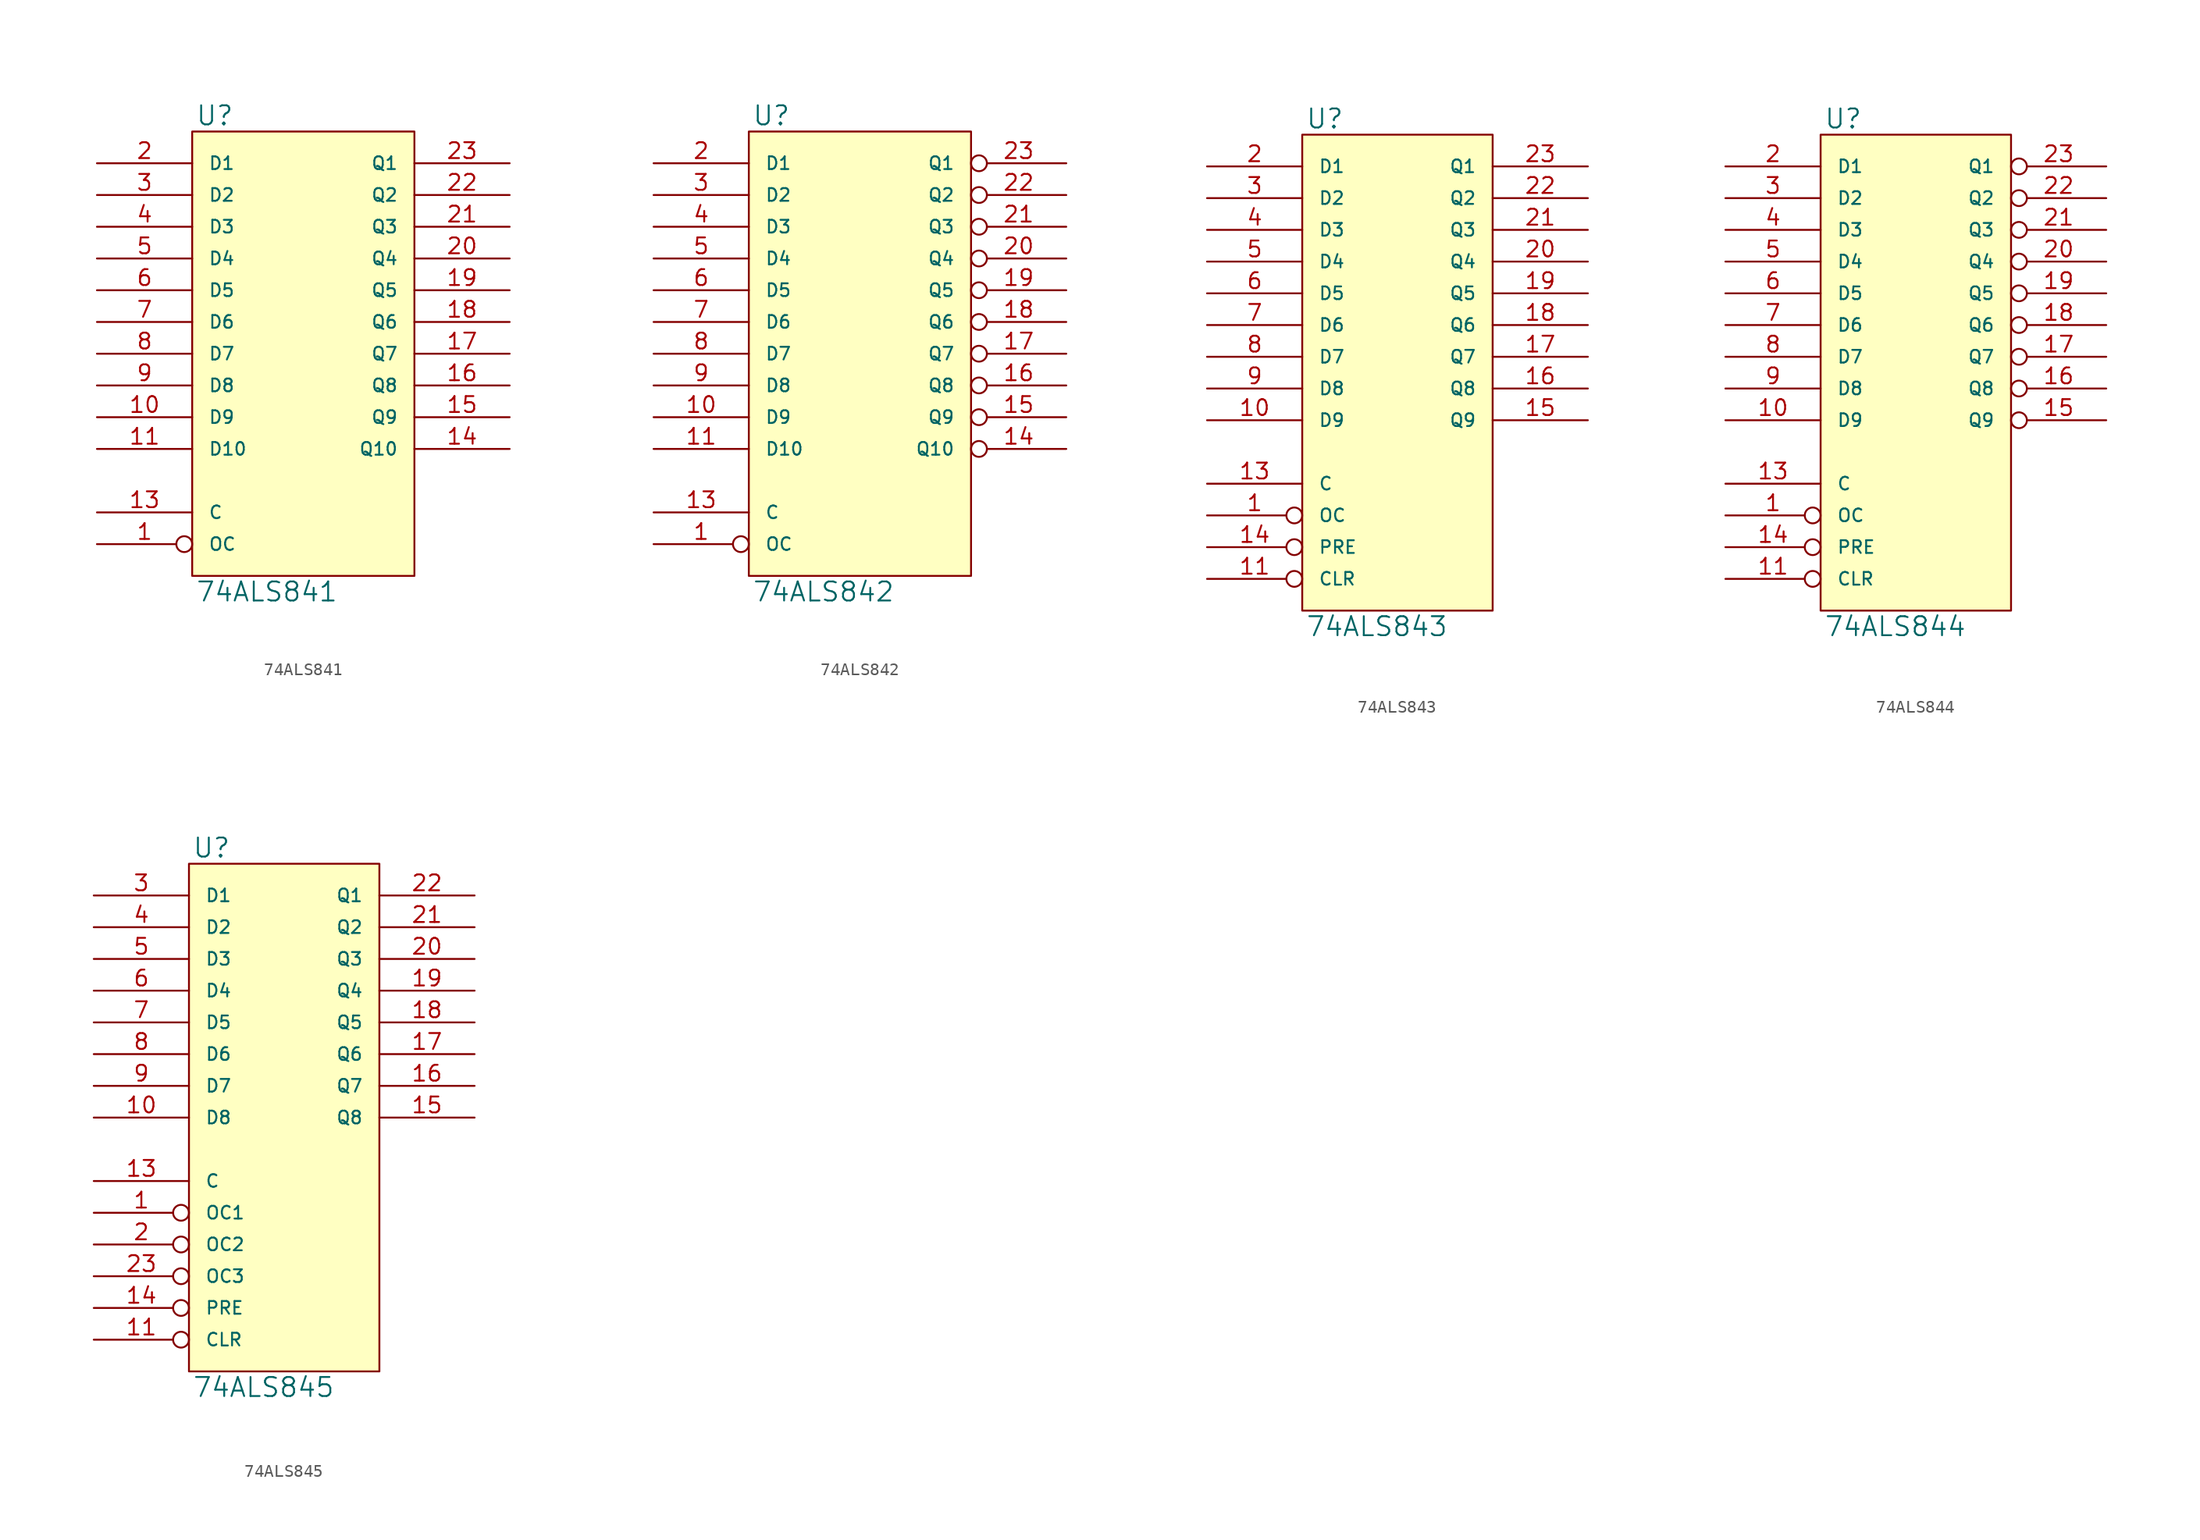
<source format=kicad_sym>
(kicad_symbol_lib
  (version 20231120)
  (generator "kicad_symbol_editor")
  (generator_version "8.0")
  (symbol "74ALS841"
    (pin_names
      (offset 1.27))
    (property "Reference" "U"
      (at 0.254 0.381 0)
      (effects (font (size 1.524 1.524)) (justify left bottom)))
    (property "Value" "74ALS841"
      (at 0.254 -35.941 0)
      (effects (font (size 1.524 1.524)) (justify left top)))
    (symbol "74ALS841_0_1"
      (rectangle (start 0 0) (end 17.78 -35.56) (stroke (width 0) (type solid)) (fill (type background))))
    (symbol "74ALS841_1_1"
      (pin input inverted (at -7.62 -33.02 0) (length 7.62) (name "OC" (effects (font (size 1.016 1.016)))) (number "1" (effects (font (size 1.27 1.27)))))
      (pin input line (at -7.62 -22.86 0) (length 7.62) (name "D9" (effects (font (size 1.016 1.016)))) (number "10" (effects (font (size 1.27 1.27)))))
      (pin input line (at -7.62 -25.4 0) (length 7.62) (name "D10" (effects (font (size 1.016 1.016)))) (number "11" (effects (font (size 1.27 1.27)))))
      (pin power_in line (at 0 -35.56 90) (length 0) hide (name "GND" (effects (font (size 1.016 1.016)))) (number "12" (effects (font (size 1.27 1.27)))))
      (pin input line (at -7.62 -30.48 0) (length 7.62) (name "C" (effects (font (size 1.016 1.016)))) (number "13" (effects (font (size 1.27 1.27)))))
      (pin tri_state line (at 25.4 -25.4 180) (length 7.62) (name "Q10" (effects (font (size 1.016 1.016)))) (number "14" (effects (font (size 1.27 1.27)))))
      (pin tri_state line (at 25.4 -22.86 180) (length 7.62) (name "Q9" (effects (font (size 1.016 1.016)))) (number "15" (effects (font (size 1.27 1.27)))))
      (pin tri_state line (at 25.4 -20.32 180) (length 7.62) (name "Q8" (effects (font (size 1.016 1.016)))) (number "16" (effects (font (size 1.27 1.27)))))
      (pin tri_state line (at 25.4 -17.78 180) (length 7.62) (name "Q7" (effects (font (size 1.016 1.016)))) (number "17" (effects (font (size 1.27 1.27)))))
      (pin tri_state line (at 25.4 -15.24 180) (length 7.62) (name "Q6" (effects (font (size 1.016 1.016)))) (number "18" (effects (font (size 1.27 1.27)))))
      (pin tri_state line (at 25.4 -12.7 180) (length 7.62) (name "Q5" (effects (font (size 1.016 1.016)))) (number "19" (effects (font (size 1.27 1.27)))))
      (pin input line (at -7.62 -2.54 0) (length 7.62) (name "D1" (effects (font (size 1.016 1.016)))) (number "2" (effects (font (size 1.27 1.27)))))
      (pin tri_state line (at 25.4 -10.16 180) (length 7.62) (name "Q4" (effects (font (size 1.016 1.016)))) (number "20" (effects (font (size 1.27 1.27)))))
      (pin tri_state line (at 25.4 -7.62 180) (length 7.62) (name "Q3" (effects (font (size 1.016 1.016)))) (number "21" (effects (font (size 1.27 1.27)))))
      (pin tri_state line (at 25.4 -5.08 180) (length 7.62) (name "Q2" (effects (font (size 1.016 1.016)))) (number "22" (effects (font (size 1.27 1.27)))))
      (pin tri_state line (at 25.4 -2.54 180) (length 7.62) (name "Q1" (effects (font (size 1.016 1.016)))) (number "23" (effects (font (size 1.27 1.27)))))
      (pin power_in line (at 0 0 270) (length 0) hide (name "VCC" (effects (font (size 1.016 1.016)))) (number "24" (effects (font (size 1.27 1.27)))))
      (pin input line (at -7.62 -5.08 0) (length 7.62) (name "D2" (effects (font (size 1.016 1.016)))) (number "3" (effects (font (size 1.27 1.27)))))
      (pin input line (at -7.62 -7.62 0) (length 7.62) (name "D3" (effects (font (size 1.016 1.016)))) (number "4" (effects (font (size 1.27 1.27)))))
      (pin input line (at -7.62 -10.16 0) (length 7.62) (name "D4" (effects (font (size 1.016 1.016)))) (number "5" (effects (font (size 1.27 1.27)))))
      (pin input line (at -7.62 -12.7 0) (length 7.62) (name "D5" (effects (font (size 1.016 1.016)))) (number "6" (effects (font (size 1.27 1.27)))))
      (pin input line (at -7.62 -15.24 0) (length 7.62) (name "D6" (effects (font (size 1.016 1.016)))) (number "7" (effects (font (size 1.27 1.27)))))
      (pin input line (at -7.62 -17.78 0) (length 7.62) (name "D7" (effects (font (size 1.016 1.016)))) (number "8" (effects (font (size 1.27 1.27)))))
      (pin input line (at -7.62 -20.32 0) (length 7.62) (name "D8" (effects (font (size 1.016 1.016)))) (number "9" (effects (font (size 1.27 1.27)))))))
  (symbol "74ALS842"
    (pin_names
      (offset 1.27))
    (property "Reference" "U"
      (at 0.254 0.381 0)
      (effects (font (size 1.524 1.524)) (justify left bottom)))
    (property "Value" "74ALS842"
      (at 0.254 -35.941 0)
      (effects (font (size 1.524 1.524)) (justify left top)))
    (symbol "74ALS842_0_1"
      (rectangle (start 0 0) (end 17.78 -35.56) (stroke (width 0) (type solid)) (fill (type background))))
    (symbol "74ALS842_1_1"
      (pin input inverted (at -7.62 -33.02 0) (length 7.62) (name "OC" (effects (font (size 1.016 1.016)))) (number "1" (effects (font (size 1.27 1.27)))))
      (pin input line (at -7.62 -22.86 0) (length 7.62) (name "D9" (effects (font (size 1.016 1.016)))) (number "10" (effects (font (size 1.27 1.27)))))
      (pin input line (at -7.62 -25.4 0) (length 7.62) (name "D10" (effects (font (size 1.016 1.016)))) (number "11" (effects (font (size 1.27 1.27)))))
      (pin power_in line (at 0 -35.56 90) (length 0) hide (name "GND" (effects (font (size 1.016 1.016)))) (number "12" (effects (font (size 1.27 1.27)))))
      (pin input line (at -7.62 -30.48 0) (length 7.62) (name "C" (effects (font (size 1.016 1.016)))) (number "13" (effects (font (size 1.27 1.27)))))
      (pin tri_state inverted (at 25.4 -25.4 180) (length 7.62) (name "Q10" (effects (font (size 1.016 1.016)))) (number "14" (effects (font (size 1.27 1.27)))))
      (pin tri_state inverted (at 25.4 -22.86 180) (length 7.62) (name "Q9" (effects (font (size 1.016 1.016)))) (number "15" (effects (font (size 1.27 1.27)))))
      (pin tri_state inverted (at 25.4 -20.32 180) (length 7.62) (name "Q8" (effects (font (size 1.016 1.016)))) (number "16" (effects (font (size 1.27 1.27)))))
      (pin tri_state inverted (at 25.4 -17.78 180) (length 7.62) (name "Q7" (effects (font (size 1.016 1.016)))) (number "17" (effects (font (size 1.27 1.27)))))
      (pin tri_state inverted (at 25.4 -15.24 180) (length 7.62) (name "Q6" (effects (font (size 1.016 1.016)))) (number "18" (effects (font (size 1.27 1.27)))))
      (pin tri_state inverted (at 25.4 -12.7 180) (length 7.62) (name "Q5" (effects (font (size 1.016 1.016)))) (number "19" (effects (font (size 1.27 1.27)))))
      (pin input line (at -7.62 -2.54 0) (length 7.62) (name "D1" (effects (font (size 1.016 1.016)))) (number "2" (effects (font (size 1.27 1.27)))))
      (pin tri_state inverted (at 25.4 -10.16 180) (length 7.62) (name "Q4" (effects (font (size 1.016 1.016)))) (number "20" (effects (font (size 1.27 1.27)))))
      (pin tri_state inverted (at 25.4 -7.62 180) (length 7.62) (name "Q3" (effects (font (size 1.016 1.016)))) (number "21" (effects (font (size 1.27 1.27)))))
      (pin tri_state inverted (at 25.4 -5.08 180) (length 7.62) (name "Q2" (effects (font (size 1.016 1.016)))) (number "22" (effects (font (size 1.27 1.27)))))
      (pin tri_state inverted (at 25.4 -2.54 180) (length 7.62) (name "Q1" (effects (font (size 1.016 1.016)))) (number "23" (effects (font (size 1.27 1.27)))))
      (pin power_in line (at 0 0 270) (length 0) hide (name "VCC" (effects (font (size 1.016 1.016)))) (number "24" (effects (font (size 1.27 1.27)))))
      (pin input line (at -7.62 -5.08 0) (length 7.62) (name "D2" (effects (font (size 1.016 1.016)))) (number "3" (effects (font (size 1.27 1.27)))))
      (pin input line (at -7.62 -7.62 0) (length 7.62) (name "D3" (effects (font (size 1.016 1.016)))) (number "4" (effects (font (size 1.27 1.27)))))
      (pin input line (at -7.62 -10.16 0) (length 7.62) (name "D4" (effects (font (size 1.016 1.016)))) (number "5" (effects (font (size 1.27 1.27)))))
      (pin input line (at -7.62 -12.7 0) (length 7.62) (name "D5" (effects (font (size 1.016 1.016)))) (number "6" (effects (font (size 1.27 1.27)))))
      (pin input line (at -7.62 -15.24 0) (length 7.62) (name "D6" (effects (font (size 1.016 1.016)))) (number "7" (effects (font (size 1.27 1.27)))))
      (pin input line (at -7.62 -17.78 0) (length 7.62) (name "D7" (effects (font (size 1.016 1.016)))) (number "8" (effects (font (size 1.27 1.27)))))
      (pin input line (at -7.62 -20.32 0) (length 7.62) (name "D8" (effects (font (size 1.016 1.016)))) (number "9" (effects (font (size 1.27 1.27)))))))
  (symbol "74ALS843"
    (pin_names
      (offset 1.27))
    (property "Reference" "U"
      (at 0.254 0.381 0)
      (effects (font (size 1.524 1.524)) (justify left bottom)))
    (property "Value" "74ALS843"
      (at 0.254 -38.481 0)
      (effects (font (size 1.524 1.524)) (justify left top)))
    (symbol "74ALS843_0_1"
      (rectangle (start 0 0) (end 15.24 -38.1) (stroke (width 0) (type solid)) (fill (type background))))
    (symbol "74ALS843_1_1"
      (pin input inverted (at -7.62 -30.48 0) (length 7.62) (name "OC" (effects (font (size 1.016 1.016)))) (number "1" (effects (font (size 1.27 1.27)))))
      (pin input line (at -7.62 -22.86 0) (length 7.62) (name "D9" (effects (font (size 1.016 1.016)))) (number "10" (effects (font (size 1.27 1.27)))))
      (pin input inverted (at -7.62 -35.56 0) (length 7.62) (name "CLR" (effects (font (size 1.016 1.016)))) (number "11" (effects (font (size 1.27 1.27)))))
      (pin power_in line (at 0 -38.1 90) (length 0) hide (name "GND" (effects (font (size 1.016 1.016)))) (number "12" (effects (font (size 1.27 1.27)))))
      (pin input line (at -7.62 -27.94 0) (length 7.62) (name "C" (effects (font (size 1.016 1.016)))) (number "13" (effects (font (size 1.27 1.27)))))
      (pin input inverted (at -7.62 -33.02 0) (length 7.62) (name "PRE" (effects (font (size 1.016 1.016)))) (number "14" (effects (font (size 1.27 1.27)))))
      (pin tri_state line (at 22.86 -22.86 180) (length 7.62) (name "Q9" (effects (font (size 1.016 1.016)))) (number "15" (effects (font (size 1.27 1.27)))))
      (pin tri_state line (at 22.86 -20.32 180) (length 7.62) (name "Q8" (effects (font (size 1.016 1.016)))) (number "16" (effects (font (size 1.27 1.27)))))
      (pin tri_state line (at 22.86 -17.78 180) (length 7.62) (name "Q7" (effects (font (size 1.016 1.016)))) (number "17" (effects (font (size 1.27 1.27)))))
      (pin tri_state line (at 22.86 -15.24 180) (length 7.62) (name "Q6" (effects (font (size 1.016 1.016)))) (number "18" (effects (font (size 1.27 1.27)))))
      (pin tri_state line (at 22.86 -12.7 180) (length 7.62) (name "Q5" (effects (font (size 1.016 1.016)))) (number "19" (effects (font (size 1.27 1.27)))))
      (pin input line (at -7.62 -2.54 0) (length 7.62) (name "D1" (effects (font (size 1.016 1.016)))) (number "2" (effects (font (size 1.27 1.27)))))
      (pin tri_state line (at 22.86 -10.16 180) (length 7.62) (name "Q4" (effects (font (size 1.016 1.016)))) (number "20" (effects (font (size 1.27 1.27)))))
      (pin tri_state line (at 22.86 -7.62 180) (length 7.62) (name "Q3" (effects (font (size 1.016 1.016)))) (number "21" (effects (font (size 1.27 1.27)))))
      (pin tri_state line (at 22.86 -5.08 180) (length 7.62) (name "Q2" (effects (font (size 1.016 1.016)))) (number "22" (effects (font (size 1.27 1.27)))))
      (pin tri_state line (at 22.86 -2.54 180) (length 7.62) (name "Q1" (effects (font (size 1.016 1.016)))) (number "23" (effects (font (size 1.27 1.27)))))
      (pin power_in line (at 0 0 270) (length 0) hide (name "VCC" (effects (font (size 1.016 1.016)))) (number "24" (effects (font (size 1.27 1.27)))))
      (pin input line (at -7.62 -5.08 0) (length 7.62) (name "D2" (effects (font (size 1.016 1.016)))) (number "3" (effects (font (size 1.27 1.27)))))
      (pin input line (at -7.62 -7.62 0) (length 7.62) (name "D3" (effects (font (size 1.016 1.016)))) (number "4" (effects (font (size 1.27 1.27)))))
      (pin input line (at -7.62 -10.16 0) (length 7.62) (name "D4" (effects (font (size 1.016 1.016)))) (number "5" (effects (font (size 1.27 1.27)))))
      (pin input line (at -7.62 -12.7 0) (length 7.62) (name "D5" (effects (font (size 1.016 1.016)))) (number "6" (effects (font (size 1.27 1.27)))))
      (pin input line (at -7.62 -15.24 0) (length 7.62) (name "D6" (effects (font (size 1.016 1.016)))) (number "7" (effects (font (size 1.27 1.27)))))
      (pin input line (at -7.62 -17.78 0) (length 7.62) (name "D7" (effects (font (size 1.016 1.016)))) (number "8" (effects (font (size 1.27 1.27)))))
      (pin input line (at -7.62 -20.32 0) (length 7.62) (name "D8" (effects (font (size 1.016 1.016)))) (number "9" (effects (font (size 1.27 1.27)))))))
  (symbol "74ALS844"
    (pin_names
      (offset 1.27))
    (property "Reference" "U"
      (at 0.254 0.381 0)
      (effects (font (size 1.524 1.524)) (justify left bottom)))
    (property "Value" "74ALS844"
      (at 0.254 -38.481 0)
      (effects (font (size 1.524 1.524)) (justify left top)))
    (symbol "74ALS844_0_1"
      (rectangle (start 0 0) (end 15.24 -38.1) (stroke (width 0) (type solid)) (fill (type background))))
    (symbol "74ALS844_1_1"
      (pin input inverted (at -7.62 -30.48 0) (length 7.62) (name "OC" (effects (font (size 1.016 1.016)))) (number "1" (effects (font (size 1.27 1.27)))))
      (pin input line (at -7.62 -22.86 0) (length 7.62) (name "D9" (effects (font (size 1.016 1.016)))) (number "10" (effects (font (size 1.27 1.27)))))
      (pin input inverted (at -7.62 -35.56 0) (length 7.62) (name "CLR" (effects (font (size 1.016 1.016)))) (number "11" (effects (font (size 1.27 1.27)))))
      (pin power_in line (at 0 -38.1 90) (length 0) hide (name "GND" (effects (font (size 1.016 1.016)))) (number "12" (effects (font (size 1.27 1.27)))))
      (pin input line (at -7.62 -27.94 0) (length 7.62) (name "C" (effects (font (size 1.016 1.016)))) (number "13" (effects (font (size 1.27 1.27)))))
      (pin input inverted (at -7.62 -33.02 0) (length 7.62) (name "PRE" (effects (font (size 1.016 1.016)))) (number "14" (effects (font (size 1.27 1.27)))))
      (pin tri_state inverted (at 22.86 -22.86 180) (length 7.62) (name "Q9" (effects (font (size 1.016 1.016)))) (number "15" (effects (font (size 1.27 1.27)))))
      (pin tri_state inverted (at 22.86 -20.32 180) (length 7.62) (name "Q8" (effects (font (size 1.016 1.016)))) (number "16" (effects (font (size 1.27 1.27)))))
      (pin tri_state inverted (at 22.86 -17.78 180) (length 7.62) (name "Q7" (effects (font (size 1.016 1.016)))) (number "17" (effects (font (size 1.27 1.27)))))
      (pin tri_state inverted (at 22.86 -15.24 180) (length 7.62) (name "Q6" (effects (font (size 1.016 1.016)))) (number "18" (effects (font (size 1.27 1.27)))))
      (pin tri_state inverted (at 22.86 -12.7 180) (length 7.62) (name "Q5" (effects (font (size 1.016 1.016)))) (number "19" (effects (font (size 1.27 1.27)))))
      (pin input line (at -7.62 -2.54 0) (length 7.62) (name "D1" (effects (font (size 1.016 1.016)))) (number "2" (effects (font (size 1.27 1.27)))))
      (pin tri_state inverted (at 22.86 -10.16 180) (length 7.62) (name "Q4" (effects (font (size 1.016 1.016)))) (number "20" (effects (font (size 1.27 1.27)))))
      (pin tri_state inverted (at 22.86 -7.62 180) (length 7.62) (name "Q3" (effects (font (size 1.016 1.016)))) (number "21" (effects (font (size 1.27 1.27)))))
      (pin tri_state inverted (at 22.86 -5.08 180) (length 7.62) (name "Q2" (effects (font (size 1.016 1.016)))) (number "22" (effects (font (size 1.27 1.27)))))
      (pin tri_state inverted (at 22.86 -2.54 180) (length 7.62) (name "Q1" (effects (font (size 1.016 1.016)))) (number "23" (effects (font (size 1.27 1.27)))))
      (pin power_in line (at 0 0 270) (length 0) hide (name "VCC" (effects (font (size 1.016 1.016)))) (number "24" (effects (font (size 1.27 1.27)))))
      (pin input line (at -7.62 -5.08 0) (length 7.62) (name "D2" (effects (font (size 1.016 1.016)))) (number "3" (effects (font (size 1.27 1.27)))))
      (pin input line (at -7.62 -7.62 0) (length 7.62) (name "D3" (effects (font (size 1.016 1.016)))) (number "4" (effects (font (size 1.27 1.27)))))
      (pin input line (at -7.62 -10.16 0) (length 7.62) (name "D4" (effects (font (size 1.016 1.016)))) (number "5" (effects (font (size 1.27 1.27)))))
      (pin input line (at -7.62 -12.7 0) (length 7.62) (name "D5" (effects (font (size 1.016 1.016)))) (number "6" (effects (font (size 1.27 1.27)))))
      (pin input line (at -7.62 -15.24 0) (length 7.62) (name "D6" (effects (font (size 1.016 1.016)))) (number "7" (effects (font (size 1.27 1.27)))))
      (pin input line (at -7.62 -17.78 0) (length 7.62) (name "D7" (effects (font (size 1.016 1.016)))) (number "8" (effects (font (size 1.27 1.27)))))
      (pin input line (at -7.62 -20.32 0) (length 7.62) (name "D8" (effects (font (size 1.016 1.016)))) (number "9" (effects (font (size 1.27 1.27)))))))
  (symbol "74ALS845"
    (pin_names
      (offset 1.27))
    (property "Reference" "U"
      (at 0.254 0.381 0)
      (effects (font (size 1.524 1.524)) (justify left bottom)))
    (property "Value" "74ALS845"
      (at 0.254 -41.021 0)
      (effects (font (size 1.524 1.524)) (justify left top)))
    (symbol "74ALS845_0_1"
      (rectangle (start 0 0) (end 15.24 -40.64) (stroke (width 0) (type solid)) (fill (type background))))
    (symbol "74ALS845_1_1"
      (pin input inverted (at -7.62 -27.94 0) (length 7.62) (name "OC1" (effects (font (size 1.016 1.016)))) (number "1" (effects (font (size 1.27 1.27)))))
      (pin input line (at -7.62 -20.32 0) (length 7.62) (name "D8" (effects (font (size 1.016 1.016)))) (number "10" (effects (font (size 1.27 1.27)))))
      (pin input inverted (at -7.62 -38.1 0) (length 7.62) (name "CLR" (effects (font (size 1.016 1.016)))) (number "11" (effects (font (size 1.27 1.27)))))
      (pin power_in line (at 0 -40.64 90) (length 0) hide (name "GND" (effects (font (size 1.016 1.016)))) (number "12" (effects (font (size 1.27 1.27)))))
      (pin input line (at -7.62 -25.4 0) (length 7.62) (name "C" (effects (font (size 1.016 1.016)))) (number "13" (effects (font (size 1.27 1.27)))))
      (pin input inverted (at -7.62 -35.56 0) (length 7.62) (name "PRE" (effects (font (size 1.016 1.016)))) (number "14" (effects (font (size 1.27 1.27)))))
      (pin tri_state line (at 22.86 -20.32 180) (length 7.62) (name "Q8" (effects (font (size 1.016 1.016)))) (number "15" (effects (font (size 1.27 1.27)))))
      (pin tri_state line (at 22.86 -17.78 180) (length 7.62) (name "Q7" (effects (font (size 1.016 1.016)))) (number "16" (effects (font (size 1.27 1.27)))))
      (pin tri_state line (at 22.86 -15.24 180) (length 7.62) (name "Q6" (effects (font (size 1.016 1.016)))) (number "17" (effects (font (size 1.27 1.27)))))
      (pin tri_state line (at 22.86 -12.7 180) (length 7.62) (name "Q5" (effects (font (size 1.016 1.016)))) (number "18" (effects (font (size 1.27 1.27)))))
      (pin tri_state line (at 22.86 -10.16 180) (length 7.62) (name "Q4" (effects (font (size 1.016 1.016)))) (number "19" (effects (font (size 1.27 1.27)))))
      (pin input inverted (at -7.62 -30.48 0) (length 7.62) (name "OC2" (effects (font (size 1.016 1.016)))) (number "2" (effects (font (size 1.27 1.27)))))
      (pin tri_state line (at 22.86 -7.62 180) (length 7.62) (name "Q3" (effects (font (size 1.016 1.016)))) (number "20" (effects (font (size 1.27 1.27)))))
      (pin tri_state line (at 22.86 -5.08 180) (length 7.62) (name "Q2" (effects (font (size 1.016 1.016)))) (number "21" (effects (font (size 1.27 1.27)))))
      (pin tri_state line (at 22.86 -2.54 180) (length 7.62) (name "Q1" (effects (font (size 1.016 1.016)))) (number "22" (effects (font (size 1.27 1.27)))))
      (pin input inverted (at -7.62 -33.02 0) (length 7.62) (name "OC3" (effects (font (size 1.016 1.016)))) (number "23" (effects (font (size 1.27 1.27)))))
      (pin power_in line (at 0 0 270) (length 0) hide (name "VCC" (effects (font (size 1.016 1.016)))) (number "24" (effects (font (size 1.27 1.27)))))
      (pin input line (at -7.62 -2.54 0) (length 7.62) (name "D1" (effects (font (size 1.016 1.016)))) (number "3" (effects (font (size 1.27 1.27)))))
      (pin input line (at -7.62 -5.08 0) (length 7.62) (name "D2" (effects (font (size 1.016 1.016)))) (number "4" (effects (font (size 1.27 1.27)))))
      (pin input line (at -7.62 -7.62 0) (length 7.62) (name "D3" (effects (font (size 1.016 1.016)))) (number "5" (effects (font (size 1.27 1.27)))))
      (pin input line (at -7.62 -10.16 0) (length 7.62) (name "D4" (effects (font (size 1.016 1.016)))) (number "6" (effects (font (size 1.27 1.27)))))
      (pin input line (at -7.62 -12.7 0) (length 7.62) (name "D5" (effects (font (size 1.016 1.016)))) (number "7" (effects (font (size 1.27 1.27)))))
      (pin input line (at -7.62 -15.24 0) (length 7.62) (name "D6" (effects (font (size 1.016 1.016)))) (number "8" (effects (font (size 1.27 1.27)))))
      (pin input line (at -7.62 -17.78 0) (length 7.62) (name "D7" (effects (font (size 1.016 1.016)))) (number "9" (effects (font (size 1.27 1.27))))))))
</source>
